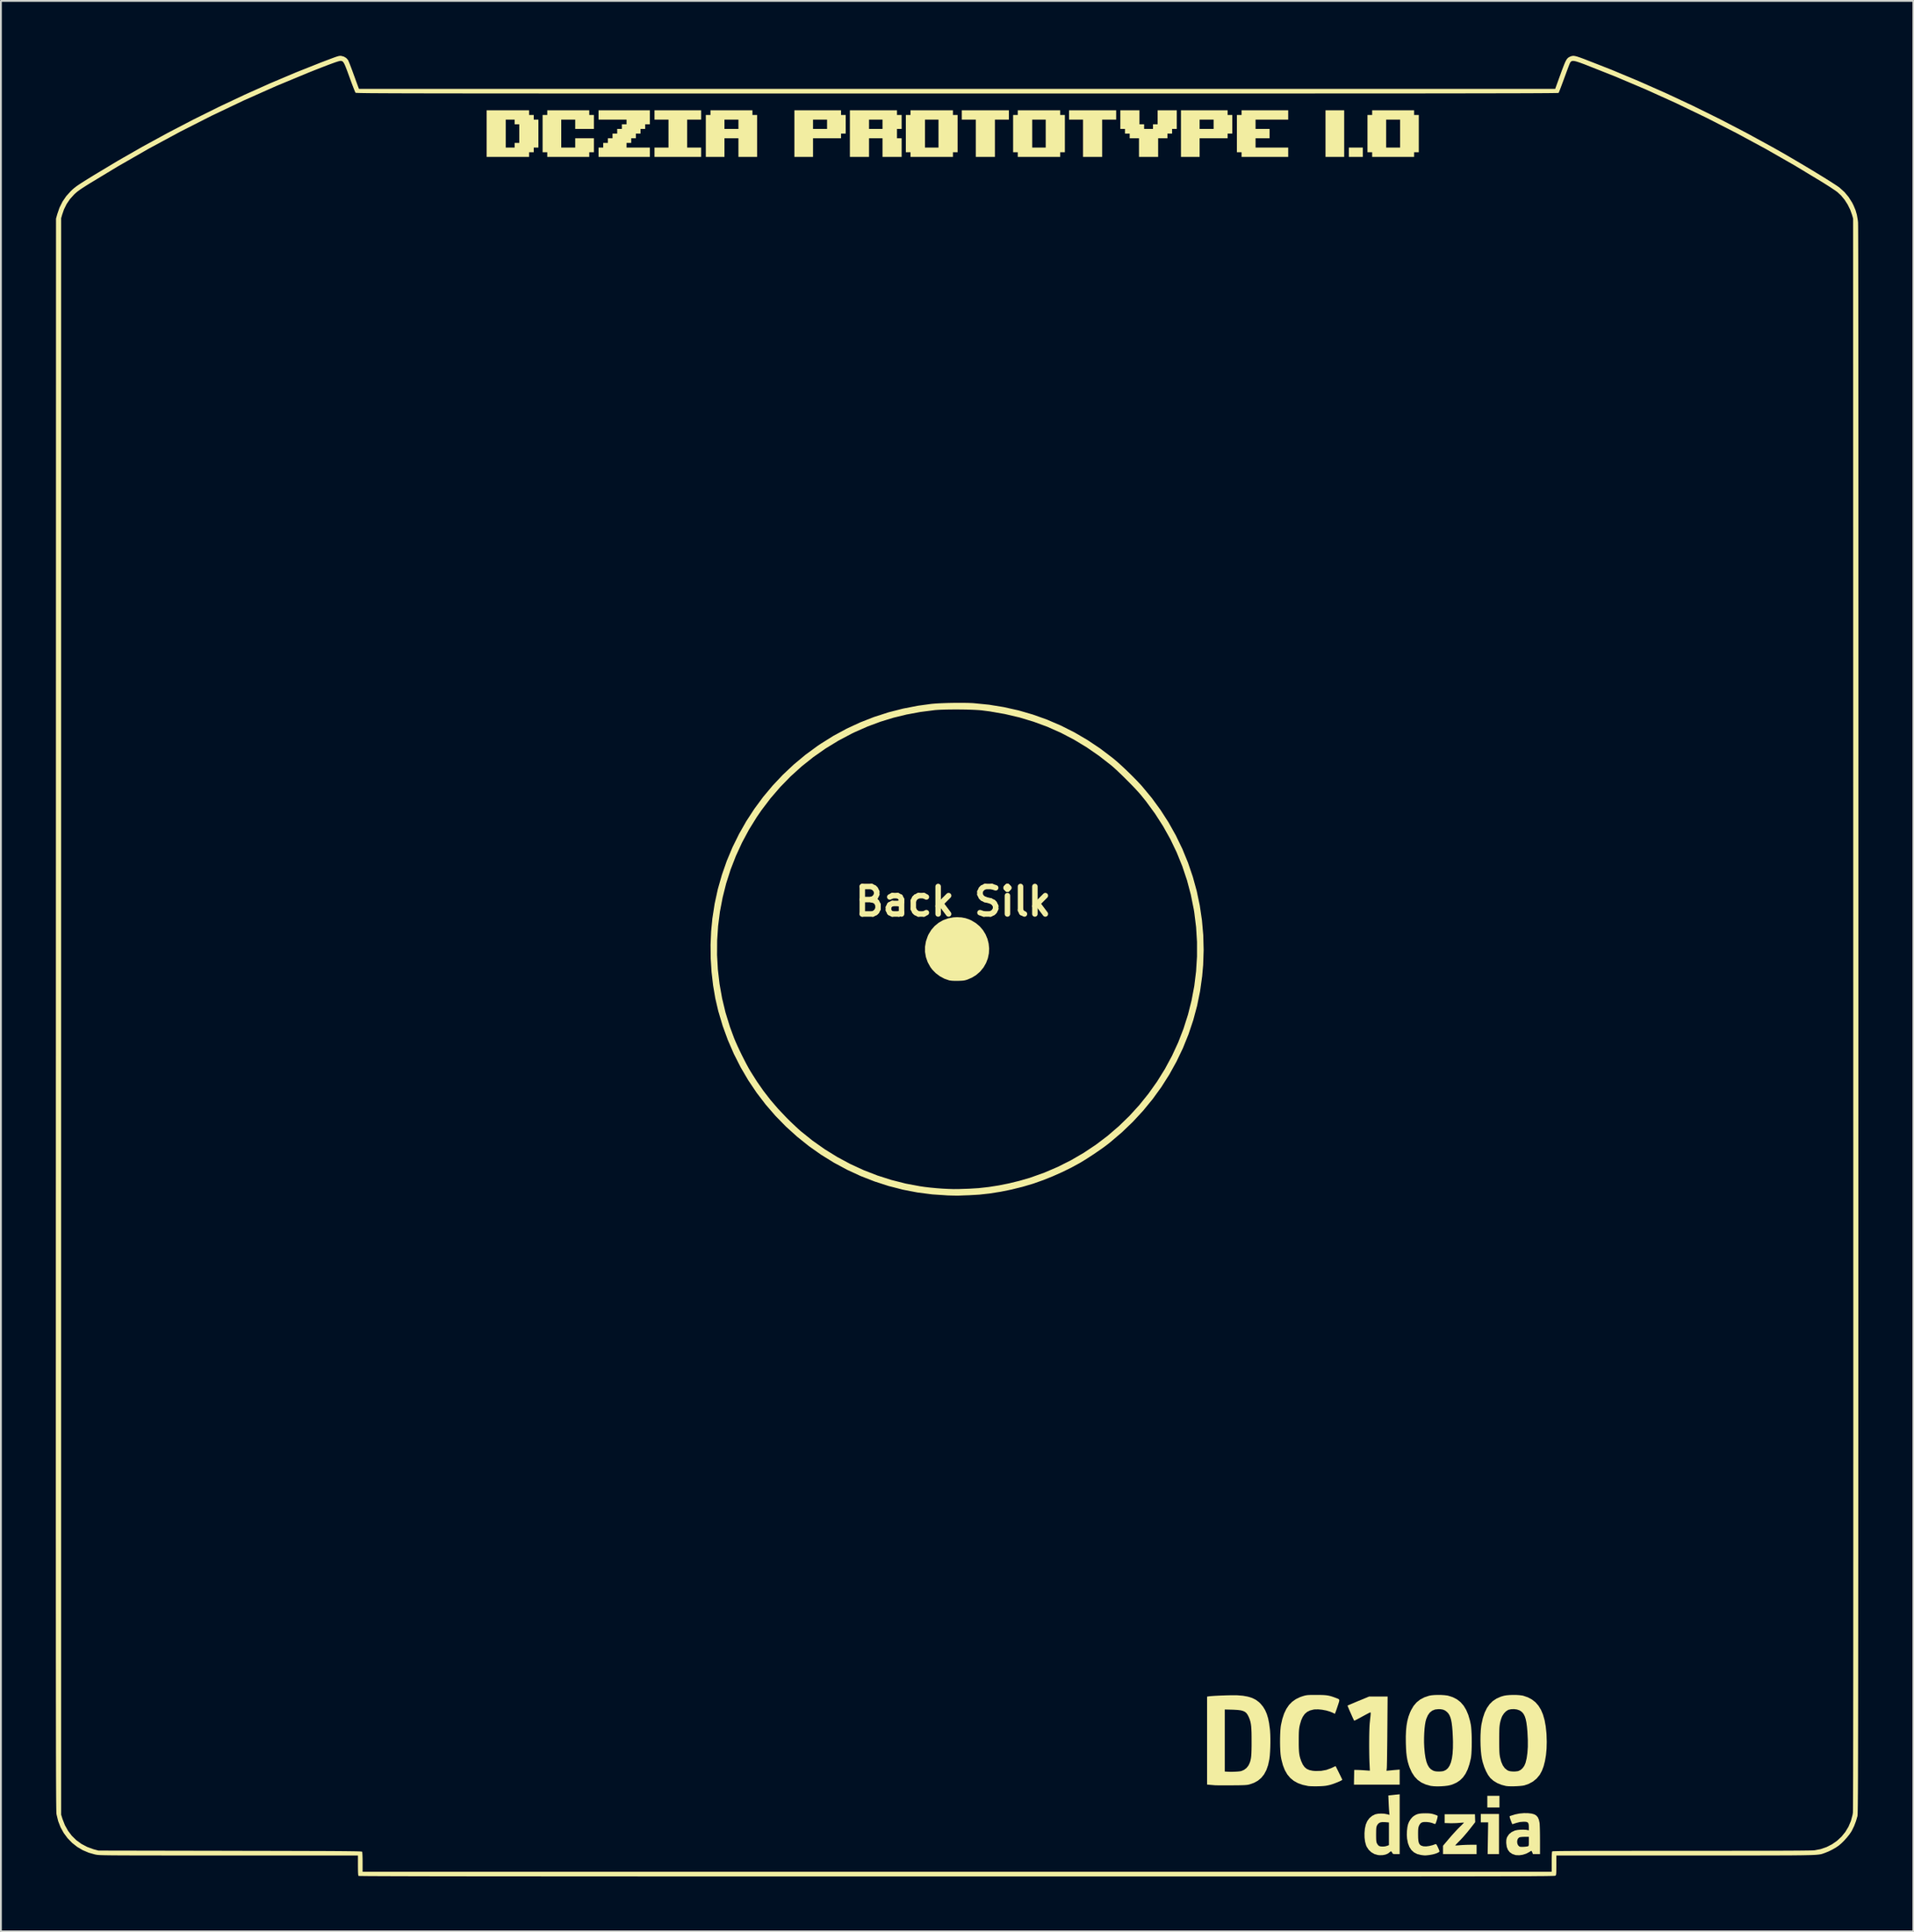
<source format=kicad_pcb>
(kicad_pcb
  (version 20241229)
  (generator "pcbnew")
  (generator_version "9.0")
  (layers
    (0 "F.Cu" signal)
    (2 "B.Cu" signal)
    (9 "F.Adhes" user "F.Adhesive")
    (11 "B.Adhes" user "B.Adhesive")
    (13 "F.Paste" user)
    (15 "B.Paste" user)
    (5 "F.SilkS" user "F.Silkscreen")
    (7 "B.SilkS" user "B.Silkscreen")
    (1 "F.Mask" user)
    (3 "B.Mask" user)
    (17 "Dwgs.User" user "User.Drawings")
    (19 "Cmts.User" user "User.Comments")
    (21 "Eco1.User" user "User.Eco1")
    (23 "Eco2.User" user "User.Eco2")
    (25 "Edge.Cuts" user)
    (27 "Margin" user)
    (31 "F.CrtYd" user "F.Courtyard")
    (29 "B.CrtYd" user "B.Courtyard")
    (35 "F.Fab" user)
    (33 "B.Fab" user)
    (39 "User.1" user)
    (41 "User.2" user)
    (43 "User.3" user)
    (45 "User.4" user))
  (footprint "Back Silk"
    (layer "F.Cu")
    (at 49.027 46.175)
    (property "Reference" "Back Silk" (at 0 0 0) (layer "F.SilkS") (effects (font (size 1.5 1.5) (thickness 0.3))))
    (attr board_only exclude_from_pos_files exclude_from_bom)
    (fp_poly (pts (xy 21.362 -41.93) (xy 21.362 -40.658) (xy 20.852 -40.658) (xy 20.343 -40.658) (xy 20.343 -41.93) (xy 20.343 -43.203) (xy 20.852 -43.203) (xy 21.362 -43.203)) (stroke (width 0) (type solid)) (fill yes) (layer "F.SilkS"))
    (fp_poly (pts (xy 22.381 -40.912) (xy 22.381 -40.658) (xy 21.999 -40.658) (xy 21.617 -40.658) (xy 21.617 -40.912) (xy 21.617 -41.167) (xy 21.999 -41.167) (xy 22.381 -41.167)) (stroke (width 0) (type solid)) (fill yes) (layer "F.SilkS"))
    (fp_poly (pts (xy 29.846 49.146) (xy 29.846 49.464) (xy 29.514 49.464) (xy 29.183 49.464) (xy 29.183 49.146) (xy 29.183 48.828) (xy 29.514 48.828) (xy 29.846 48.828)) (stroke (width 0) (type solid)) (fill yes) (layer "F.SilkS"))
    (fp_poly (pts (xy 29.82 50.915) (xy 29.82 52.009) (xy 29.511 52.009) (xy 29.201 52.009) (xy 29.215 51.144) (xy 29.229 50.278) (xy 29.028 50.278) (xy 28.827 50.278) (xy 28.827 50.049) (xy 28.827 49.82) (xy 29.323 49.82) (xy 29.82 49.82)) (stroke (width 0) (type solid)) (fill yes) (layer "F.SilkS"))
    (fp_poly (pts (xy 3.044 -42.948) (xy 3.044 -42.694) (xy 2.662 -42.694) (xy 2.28 -42.694) (xy 2.28 -41.676) (xy 2.28 -40.658) (xy 1.758 -40.658) (xy 1.236 -40.658) (xy 1.236 -41.676) (xy 1.236 -42.694) (xy 0.853 -42.694) (xy 0.471 -42.694) (xy 0.471 -42.948) (xy 0.471 -43.203) (xy 1.758 -43.203) (xy 3.044 -43.203)) (stroke (width 0) (type solid)) (fill yes) (layer "F.SilkS"))
    (fp_poly (pts (xy 8.904 -42.948) (xy 8.904 -42.694) (xy 8.522 -42.694) (xy 8.14 -42.694) (xy 8.14 -41.676) (xy 8.14 -40.658) (xy 7.617 -40.658) (xy 7.095 -40.658) (xy 7.095 -41.676) (xy 7.095 -42.694) (xy 6.713 -42.694) (xy 6.331 -42.694) (xy 6.331 -42.948) (xy 6.331 -43.203) (xy 7.617 -43.203) (xy 8.904 -43.203)) (stroke (width 0) (type solid)) (fill yes) (layer "F.SilkS"))
    (fp_poly (pts (xy -13.77 -42.948) (xy -13.77 -42.694) (xy -14.152 -42.694) (xy -14.534 -42.694) (xy -14.534 -41.93) (xy -14.534 -41.167) (xy -14.152 -41.167) (xy -13.77 -41.167) (xy -13.77 -40.912) (xy -13.77 -40.658) (xy -15.044 -40.658) (xy -16.318 -40.658) (xy -16.318 -40.912) (xy -16.318 -41.167) (xy -15.936 -41.167) (xy -15.553 -41.167) (xy -15.553 -41.93) (xy -15.553 -42.694) (xy -15.936 -42.694) (xy -16.318 -42.694) (xy -16.318 -42.948) (xy -16.318 -43.203) (xy -15.044 -43.203) (xy -13.77 -43.203)) (stroke (width 0) (type solid)) (fill yes) (layer "F.SilkS"))
    (fp_poly (pts (xy -6.127 -43.076) (xy -6.127 -42.948) (xy -6 -42.948) (xy -5.872 -42.948) (xy -5.872 -42.439) (xy -5.872 -41.93) (xy -6 -41.93) (xy -6.127 -41.93) (xy -6.127 -41.803) (xy -6.127 -41.676) (xy -6.891 -41.676) (xy -7.656 -41.676) (xy -7.656 -41.167) (xy -7.656 -40.658) (xy -8.165 -40.658) (xy -8.675 -40.658) (xy -8.675 -41.93) (xy -8.675 -42.439) (xy -7.656 -42.439) (xy -7.656 -42.185) (xy -7.274 -42.185) (xy -6.891 -42.185) (xy -6.891 -42.439) (xy -6.891 -42.694) (xy -7.274 -42.694) (xy -7.656 -42.694) (xy -7.656 -42.439) (xy -8.675 -42.439) (xy -8.675 -43.203) (xy -7.401 -43.203) (xy -6.127 -43.203)) (stroke (width 0) (type solid)) (fill yes) (layer "F.SilkS"))
    (fp_poly (pts (xy 14.993 -43.076) (xy 14.993 -42.948) (xy 15.12 -42.948) (xy 15.248 -42.948) (xy 15.248 -42.439) (xy 15.248 -41.93) (xy 15.12 -41.93) (xy 14.993 -41.93) (xy 14.993 -41.803) (xy 14.993 -41.676) (xy 14.229 -41.676) (xy 13.464 -41.676) (xy 13.464 -41.167) (xy 13.464 -40.658) (xy 12.955 -40.658) (xy 12.445 -40.658) (xy 12.445 -41.93) (xy 12.445 -42.439) (xy 13.464 -42.439) (xy 13.464 -42.185) (xy 13.846 -42.185) (xy 14.229 -42.185) (xy 14.229 -42.439) (xy 14.229 -42.694) (xy 13.846 -42.694) (xy 13.464 -42.694) (xy 13.464 -42.439) (xy 12.445 -42.439) (xy 12.445 -43.203) (xy 13.719 -43.203) (xy 14.993 -43.203)) (stroke (width 0) (type solid)) (fill yes) (layer "F.SilkS"))
    (fp_poly (pts (xy 18.305 -42.948) (xy 18.305 -42.694) (xy 17.413 -42.694) (xy 16.521 -42.694) (xy 16.521 -42.439) (xy 16.521 -42.185) (xy 16.904 -42.185) (xy 17.286 -42.185) (xy 17.286 -41.93) (xy 17.286 -41.676) (xy 16.904 -41.676) (xy 16.521 -41.676) (xy 16.521 -41.421) (xy 16.521 -41.167) (xy 17.413 -41.167) (xy 18.305 -41.167) (xy 18.305 -40.912) (xy 18.305 -40.658) (xy 17.031 -40.658) (xy 15.757 -40.658) (xy 15.757 -40.785) (xy 15.757 -40.912) (xy 15.63 -40.912) (xy 15.502 -40.912) (xy 15.502 -41.93) (xy 15.502 -42.948) (xy 15.63 -42.948) (xy 15.757 -42.948) (xy 15.757 -43.076) (xy 15.757 -43.203) (xy 17.031 -43.203) (xy 18.305 -43.203)) (stroke (width 0) (type solid)) (fill yes) (layer "F.SilkS"))
    (fp_poly (pts (xy -0.013 -43.076) (xy -0.013 -42.948) (xy 0.115 -42.948) (xy 0.242 -42.948) (xy 0.242 -41.93) (xy 0.242 -40.912) (xy 0.115 -40.912) (xy -0.013 -40.912) (xy -0.013 -40.785) (xy -0.013 -40.658) (xy -1.172 -40.658) (xy -2.331 -40.658) (xy -2.331 -40.785) (xy -2.331 -40.912) (xy -2.458 -40.912) (xy -2.586 -40.912) (xy -2.586 -41.93) (xy -1.541 -41.93) (xy -1.541 -41.167) (xy -1.172 -41.167) (xy -0.803 -41.167) (xy -0.803 -41.93) (xy -0.803 -42.694) (xy -1.172 -42.694) (xy -1.541 -42.694) (xy -1.541 -41.93) (xy -2.586 -41.93) (xy -2.586 -42.948) (xy -2.458 -42.948) (xy -2.331 -42.948) (xy -2.331 -43.076) (xy -2.331 -43.203) (xy -1.172 -43.203) (xy -0.013 -43.203)) (stroke (width 0) (type solid)) (fill yes) (layer "F.SilkS"))
    (fp_poly (pts (xy 5.847 -43.076) (xy 5.847 -42.948) (xy 5.974 -42.948) (xy 6.102 -42.948) (xy 6.102 -41.93) (xy 6.102 -40.912) (xy 5.974 -40.912) (xy 5.847 -40.912) (xy 5.847 -40.785) (xy 5.847 -40.658) (xy 4.688 -40.658) (xy 3.528 -40.658) (xy 3.528 -40.785) (xy 3.528 -40.912) (xy 3.401 -40.912) (xy 3.274 -40.912) (xy 3.274 -41.93) (xy 4.318 -41.93) (xy 4.318 -41.167) (xy 4.688 -41.167) (xy 5.057 -41.167) (xy 5.057 -41.93) (xy 5.057 -42.694) (xy 4.688 -42.694) (xy 4.318 -42.694) (xy 4.318 -41.93) (xy 3.274 -41.93) (xy 3.274 -42.948) (xy 3.401 -42.948) (xy 3.528 -42.948) (xy 3.528 -43.076) (xy 3.528 -43.203) (xy 4.688 -43.203) (xy 5.847 -43.203)) (stroke (width 0) (type solid)) (fill yes) (layer "F.SilkS"))
    (fp_poly (pts (xy 25.183 -43.076) (xy 25.183 -42.948) (xy 25.311 -42.948) (xy 25.438 -42.948) (xy 25.438 -41.93) (xy 25.438 -40.912) (xy 25.311 -40.912) (xy 25.183 -40.912) (xy 25.183 -40.785) (xy 25.183 -40.658) (xy 24.037 -40.658) (xy 22.891 -40.658) (xy 22.891 -40.785) (xy 22.891 -40.912) (xy 22.763 -40.912) (xy 22.636 -40.912) (xy 22.636 -41.93) (xy 23.655 -41.93) (xy 23.655 -41.167) (xy 24.037 -41.167) (xy 24.419 -41.167) (xy 24.419 -41.93) (xy 24.419 -42.694) (xy 24.037 -42.694) (xy 23.655 -42.694) (xy 23.655 -41.93) (xy 22.636 -41.93) (xy 22.636 -42.948) (xy 22.763 -42.948) (xy 22.891 -42.948) (xy 22.891 -43.076) (xy 22.891 -43.203) (xy 24.037 -43.203) (xy 25.183 -43.203)) (stroke (width 0) (type solid)) (fill yes) (layer "F.SilkS"))
    (fp_poly (pts (xy -10.968 -43.076) (xy -10.968 -42.948) (xy -10.84 -42.948) (xy -10.713 -42.948) (xy -10.713 -41.803) (xy -10.713 -40.658) (xy -11.222 -40.658) (xy -11.732 -40.658) (xy -11.732 -41.167) (xy -11.732 -41.676) (xy -12.114 -41.676) (xy -12.496 -41.676) (xy -12.496 -41.167) (xy -12.496 -40.658) (xy -13.006 -40.658) (xy -13.515 -40.658) (xy -13.515 -41.803) (xy -13.515 -42.439) (xy -12.496 -42.439) (xy -12.496 -42.185) (xy -12.114 -42.185) (xy -11.732 -42.185) (xy -11.732 -42.439) (xy -11.732 -42.694) (xy -12.114 -42.694) (xy -12.496 -42.694) (xy -12.496 -42.439) (xy -13.515 -42.439) (xy -13.515 -42.948) (xy -13.388 -42.948) (xy -13.26 -42.948) (xy -13.26 -43.076) (xy -13.26 -43.203) (xy -12.114 -43.203) (xy -10.968 -43.203)) (stroke (width 0) (type solid)) (fill yes) (layer "F.SilkS"))
    (fp_poly (pts (xy -3.07 -43.076) (xy -3.07 -42.948) (xy -2.943 -42.948) (xy -2.815 -42.948) (xy -2.815 -42.567) (xy -2.815 -42.185) (xy -2.943 -42.185) (xy -3.07 -42.185) (xy -3.07 -41.93) (xy -3.07 -41.676) (xy -2.943 -41.676) (xy -2.815 -41.676) (xy -2.815 -41.167) (xy -2.815 -40.658) (xy -3.337 -40.658) (xy -3.86 -40.658) (xy -3.86 -41.167) (xy -3.86 -41.676) (xy -4.229 -41.676) (xy -4.598 -41.676) (xy -4.598 -41.167) (xy -4.598 -40.658) (xy -5.121 -40.658) (xy -5.643 -40.658) (xy -5.643 -41.93) (xy -5.643 -42.439) (xy -4.598 -42.439) (xy -4.598 -42.185) (xy -4.229 -42.185) (xy -3.86 -42.185) (xy -3.86 -42.439) (xy -3.86 -42.694) (xy -4.229 -42.694) (xy -4.598 -42.694) (xy -4.598 -42.439) (xy -5.643 -42.439) (xy -5.643 -43.203) (xy -4.356 -43.203) (xy -3.07 -43.203)) (stroke (width 0) (type solid)) (fill yes) (layer "F.SilkS"))
    (fp_poly (pts (xy -19.884 -43.076) (xy -19.884 -42.948) (xy -19.757 -42.948) (xy -19.63 -42.948) (xy -19.63 -42.567) (xy -19.63 -42.185) (xy -20.139 -42.185) (xy -20.649 -42.185) (xy -20.649 -42.439) (xy -20.649 -42.694) (xy -21.031 -42.694) (xy -21.413 -42.694) (xy -21.413 -41.93) (xy -21.413 -41.167) (xy -21.031 -41.167) (xy -20.649 -41.167) (xy -20.649 -41.421) (xy -20.649 -41.676) (xy -20.139 -41.676) (xy -19.63 -41.676) (xy -19.63 -41.294) (xy -19.63 -40.912) (xy -19.757 -40.912) (xy -19.884 -40.912) (xy -19.884 -40.785) (xy -19.884 -40.658) (xy -21.031 -40.658) (xy -22.177 -40.658) (xy -22.177 -40.785) (xy -22.177 -40.912) (xy -22.305 -40.912) (xy -22.432 -40.912) (xy -22.432 -41.93) (xy -22.432 -42.948) (xy -22.305 -42.948) (xy -22.177 -42.948) (xy -22.177 -43.076) (xy -22.177 -43.203) (xy -21.031 -43.203) (xy -19.884 -43.203)) (stroke (width 0) (type solid)) (fill yes) (layer "F.SilkS"))
    (fp_poly (pts (xy -23.171 -43.076) (xy -23.171 -42.948) (xy -23.043 -42.948) (xy -22.916 -42.948) (xy -22.916 -42.821) (xy -22.916 -42.694) (xy -22.789 -42.694) (xy -22.661 -42.694) (xy -22.661 -41.93) (xy -22.661 -41.167) (xy -22.789 -41.167) (xy -22.916 -41.167) (xy -22.916 -41.04) (xy -22.916 -40.912) (xy -23.043 -40.912) (xy -23.171 -40.912) (xy -23.171 -40.785) (xy -23.171 -40.658) (xy -24.33 -40.658) (xy -25.489 -40.658) (xy -25.489 -41.93) (xy -24.445 -41.93) (xy -24.445 -41.167) (xy -24.203 -41.167) (xy -23.961 -41.167) (xy -23.961 -41.294) (xy -23.961 -41.421) (xy -23.833 -41.421) (xy -23.706 -41.421) (xy -23.706 -41.93) (xy -23.706 -42.439) (xy -23.833 -42.439) (xy -23.961 -42.439) (xy -23.961 -42.567) (xy -23.961 -42.694) (xy -24.203 -42.694) (xy -24.445 -42.694) (xy -24.445 -41.93) (xy -25.489 -41.93) (xy -25.489 -43.203) (xy -24.33 -43.203) (xy -23.171 -43.203)) (stroke (width 0) (type solid)) (fill yes) (layer "F.SilkS"))
    (fp_poly (pts (xy 10.178 -42.821) (xy 10.178 -42.439) (xy 10.305 -42.439) (xy 10.433 -42.439) (xy 10.433 -42.312) (xy 10.433 -42.185) (xy 10.675 -42.185) (xy 10.917 -42.185) (xy 10.917 -42.312) (xy 10.917 -42.439) (xy 11.044 -42.439) (xy 11.171 -42.439) (xy 11.171 -42.821) (xy 11.171 -43.203) (xy 11.694 -43.203) (xy 12.216 -43.203) (xy 12.216 -42.694) (xy 12.216 -42.185) (xy 12.089 -42.185) (xy 11.961 -42.185) (xy 11.961 -42.058) (xy 11.961 -41.93) (xy 11.834 -41.93) (xy 11.706 -41.93) (xy 11.706 -41.803) (xy 11.706 -41.676) (xy 11.452 -41.676) (xy 11.197 -41.676) (xy 11.197 -41.167) (xy 11.197 -40.658) (xy 10.675 -40.658) (xy 10.152 -40.658) (xy 10.152 -41.167) (xy 10.152 -41.676) (xy 9.898 -41.676) (xy 9.643 -41.676) (xy 9.643 -41.803) (xy 9.643 -41.93) (xy 9.515 -41.93) (xy 9.388 -41.93) (xy 9.388 -42.058) (xy 9.388 -42.185) (xy 9.261 -42.185) (xy 9.133 -42.185) (xy 9.133 -42.694) (xy 9.133 -43.203) (xy 9.656 -43.203) (xy 10.178 -43.203)) (stroke (width 0) (type solid)) (fill yes) (layer "F.SilkS"))
    (fp_poly (pts (xy 0.458 0.866) (xy 0.677 0.908) (xy 0.891 0.983) (xy 0.994 1.03) (xy 1.241 1.178) (xy 1.454 1.357) (xy 1.631 1.565) (xy 1.771 1.795) (xy 1.874 2.041) (xy 1.939 2.301) (xy 1.965 2.567) (xy 1.95 2.834) (xy 1.895 3.099) (xy 1.798 3.354) (xy 1.659 3.597) (xy 1.476 3.82) (xy 1.453 3.843) (xy 1.251 4.016) (xy 1.021 4.156) (xy 0.798 4.253) (xy 0.713 4.282) (xy 0.635 4.302) (xy 0.55 4.316) (xy 0.445 4.324) (xy 0.306 4.329) (xy 0.268 4.33) (xy 0.079 4.331) (xy -0.069 4.324) (xy -0.185 4.309) (xy -0.229 4.3) (xy -0.481 4.213) (xy -0.723 4.082) (xy -0.946 3.916) (xy -1.138 3.722) (xy -1.244 3.581) (xy -1.391 3.314) (xy -1.489 3.036) (xy -1.538 2.75) (xy -1.537 2.46) (xy -1.487 2.169) (xy -1.387 1.881) (xy -1.347 1.795) (xy -1.198 1.55) (xy -1.012 1.336) (xy -0.795 1.158) (xy -0.549 1.018) (xy -0.281 0.92) (xy 0.006 0.864) (xy 0.214 0.853)) (stroke (width 0) (type solid)) (fill yes) (layer "F.SilkS"))
    (fp_poly (pts (xy 28.515 50.049) (xy 28.522 50.266) (xy 28.224 50.647) (xy 28.108 50.791) (xy 27.98 50.942) (xy 27.853 51.088) (xy 27.736 51.214) (xy 27.673 51.279) (xy 27.583 51.369) (xy 27.508 51.447) (xy 27.455 51.504) (xy 27.43 51.535) (xy 27.429 51.538) (xy 27.457 51.54) (xy 27.524 51.537) (xy 27.62 51.531) (xy 27.693 51.524) (xy 27.826 51.515) (xy 27.988 51.507) (xy 28.154 51.502) (xy 28.272 51.501) (xy 28.597 51.5) (xy 28.597 51.754) (xy 28.597 52.009) (xy 27.68 52.009) (xy 26.763 52.009) (xy 26.763 51.781) (xy 26.763 51.554) (xy 27.103 51.151) (xy 27.224 51.01) (xy 27.354 50.866) (xy 27.481 50.728) (xy 27.595 50.609) (xy 27.679 50.525) (xy 27.767 50.44) (xy 27.838 50.369) (xy 27.887 50.317) (xy 27.906 50.293) (xy 27.906 50.292) (xy 27.878 50.291) (xy 27.812 50.294) (xy 27.718 50.301) (xy 27.66 50.307) (xy 27.528 50.317) (xy 27.371 50.323) (xy 27.212 50.325) (xy 27.138 50.324) (xy 26.852 50.316) (xy 26.852 50.075) (xy 26.852 49.833) (xy 27.68 49.833) (xy 28.508 49.833)) (stroke (width 0) (type solid)) (fill yes) (layer "F.SilkS"))
    (fp_poly (pts (xy -16.572 -42.821) (xy -16.572 -42.439) (xy -16.7 -42.439) (xy -16.827 -42.439) (xy -16.827 -42.312) (xy -16.827 -42.185) (xy -16.955 -42.185) (xy -17.082 -42.185) (xy -17.082 -42.058) (xy -17.082 -41.93) (xy -17.209 -41.93) (xy -17.337 -41.93) (xy -17.337 -41.803) (xy -17.337 -41.676) (xy -17.464 -41.676) (xy -17.591 -41.676) (xy -17.591 -41.549) (xy -17.591 -41.421) (xy -17.719 -41.421) (xy -17.846 -41.421) (xy -17.846 -41.294) (xy -17.846 -41.167) (xy -17.209 -41.167) (xy -16.572 -41.167) (xy -16.572 -40.912) (xy -16.572 -40.658) (xy -17.974 -40.658) (xy -19.375 -40.658) (xy -19.375 -40.912) (xy -19.375 -41.167) (xy -19.247 -41.167) (xy -19.12 -41.167) (xy -19.12 -41.294) (xy -19.12 -41.421) (xy -18.993 -41.421) (xy -18.865 -41.421) (xy -18.865 -41.549) (xy -18.865 -41.676) (xy -18.738 -41.676) (xy -18.611 -41.676) (xy -18.611 -41.803) (xy -18.611 -41.93) (xy -18.483 -41.93) (xy -18.356 -41.93) (xy -18.356 -42.058) (xy -18.356 -42.185) (xy -18.228 -42.185) (xy -18.101 -42.185) (xy -18.101 -42.312) (xy -18.101 -42.439) (xy -17.974 -42.439) (xy -17.846 -42.439) (xy -17.846 -42.567) (xy -17.846 -42.694) (xy -18.611 -42.694) (xy -19.375 -42.694) (xy -19.375 -42.948) (xy -19.375 -43.203) (xy -17.974 -43.203) (xy -16.572 -43.203)) (stroke (width 0) (type solid)) (fill yes) (layer "F.SilkS"))
    (fp_poly (pts (xy 23.721 45.284) (xy 23.719 45.592) (xy 23.716 45.889) (xy 23.713 46.17) (xy 23.709 46.43) (xy 23.706 46.666) (xy 23.703 46.871) (xy 23.699 47.044) (xy 23.696 47.177) (xy 23.693 47.269) (xy 23.691 47.311) (xy 23.675 47.461) (xy 23.837 47.445) (xy 23.948 47.435) (xy 24.081 47.422) (xy 24.196 47.412) (xy 24.394 47.395) (xy 24.394 47.806) (xy 24.394 48.217) (xy 23.145 48.217) (xy 21.896 48.217) (xy 21.903 47.816) (xy 21.91 47.415) (xy 22.05 47.415) (xy 22.135 47.417) (xy 22.253 47.422) (xy 22.386 47.43) (xy 22.478 47.436) (xy 22.766 47.456) (xy 22.745 47.003) (xy 22.738 46.803) (xy 22.733 46.578) (xy 22.73 46.336) (xy 22.728 46.086) (xy 22.729 45.836) (xy 22.731 45.594) (xy 22.735 45.368) (xy 22.741 45.167) (xy 22.748 44.999) (xy 22.757 44.873) (xy 22.759 44.857) (xy 22.773 44.724) (xy 22.787 44.59) (xy 22.8 44.476) (xy 22.804 44.431) (xy 22.811 44.337) (xy 22.807 44.286) (xy 22.791 44.272) (xy 22.76 44.284) (xy 22.692 44.317) (xy 22.595 44.367) (xy 22.476 44.43) (xy 22.343 44.503) (xy 22.341 44.504) (xy 22.209 44.577) (xy 22.093 44.639) (xy 22 44.687) (xy 21.937 44.717) (xy 21.911 44.727) (xy 21.911 44.727) (xy 21.895 44.698) (xy 21.863 44.634) (xy 21.82 44.542) (xy 21.771 44.432) (xy 21.718 44.312) (xy 21.665 44.194) (xy 21.618 44.084) (xy 21.58 43.993) (xy 21.555 43.929) (xy 21.546 43.901) (xy 21.546 43.901) (xy 21.572 43.889) (xy 21.638 43.86) (xy 21.738 43.817) (xy 21.866 43.763) (xy 22.015 43.7) (xy 22.14 43.648) (xy 22.722 43.407) (xy 23.229 43.407) (xy 23.736 43.407)) (stroke (width 0) (type solid)) (fill yes) (layer "F.SilkS"))
    (fp_poly (pts (xy 24.394 50.377) (xy 24.394 52.009) (xy 24.206 52.009) (xy 24.109 52.008) (xy 24.051 52.002) (xy 24.018 51.987) (xy 23.998 51.959) (xy 23.986 51.933) (xy 23.949 51.872) (xy 23.907 51.861) (xy 23.854 51.9) (xy 23.844 51.911) (xy 23.749 51.983) (xy 23.619 52.036) (xy 23.464 52.066) (xy 23.297 52.07) (xy 23.204 52.06) (xy 23.016 52.007) (xy 22.846 51.91) (xy 22.703 51.776) (xy 22.594 51.611) (xy 22.559 51.532) (xy 22.505 51.333) (xy 22.475 51.105) (xy 22.473 50.94) (xy 23.107 50.94) (xy 23.108 51.096) (xy 23.111 51.21) (xy 23.117 51.293) (xy 23.127 51.354) (xy 23.143 51.402) (xy 23.158 51.436) (xy 23.204 51.507) (xy 23.257 51.56) (xy 23.273 51.569) (xy 23.359 51.593) (xy 23.472 51.6) (xy 23.592 51.59) (xy 23.698 51.563) (xy 23.705 51.561) (xy 23.808 51.52) (xy 23.808 50.902) (xy 23.808 50.284) (xy 23.605 50.266) (xy 23.448 50.262) (xy 23.329 50.283) (xy 23.241 50.333) (xy 23.174 50.414) (xy 23.158 50.444) (xy 23.138 50.489) (xy 23.124 50.54) (xy 23.115 50.606) (xy 23.11 50.696) (xy 23.108 50.82) (xy 23.107 50.94) (xy 22.473 50.94) (xy 22.472 50.864) (xy 22.493 50.625) (xy 22.541 50.403) (xy 22.545 50.392) (xy 22.624 50.207) (xy 22.74 50.049) (xy 22.884 49.925) (xy 23.051 49.841) (xy 23.08 49.832) (xy 23.22 49.805) (xy 23.385 49.796) (xy 23.554 49.805) (xy 23.702 49.832) (xy 23.839 49.868) (xy 23.824 49.723) (xy 23.817 49.645) (xy 23.809 49.529) (xy 23.801 49.39) (xy 23.794 49.242) (xy 23.792 49.194) (xy 23.775 48.809) (xy 23.932 48.793) (xy 24.051 48.781) (xy 24.179 48.767) (xy 24.241 48.761) (xy 24.394 48.745)) (stroke (width 0) (type solid)) (fill yes) (layer "F.SilkS"))
    (fp_poly (pts (xy 25.947 49.784) (xy 26.065 49.793) (xy 26.167 49.811) (xy 26.27 49.839) (xy 26.271 49.84) (xy 26.362 49.87) (xy 26.432 49.899) (xy 26.468 49.92) (xy 26.47 49.922) (xy 26.47 49.956) (xy 26.457 50.026) (xy 26.433 50.12) (xy 26.419 50.166) (xy 26.385 50.271) (xy 26.36 50.334) (xy 26.338 50.364) (xy 26.316 50.368) (xy 26.309 50.366) (xy 26.159 50.309) (xy 26.022 50.276) (xy 25.871 50.259) (xy 25.869 50.259) (xy 25.725 50.258) (xy 25.619 50.278) (xy 25.54 50.325) (xy 25.48 50.404) (xy 25.455 50.452) (xy 25.433 50.505) (xy 25.418 50.561) (xy 25.408 50.629) (xy 25.402 50.72) (xy 25.4 50.845) (xy 25.4 50.94) (xy 25.403 51.127) (xy 25.415 51.271) (xy 25.437 51.379) (xy 25.471 51.457) (xy 25.519 51.513) (xy 25.578 51.551) (xy 25.693 51.584) (xy 25.841 51.59) (xy 26.013 51.568) (xy 26.199 51.521) (xy 26.357 51.464) (xy 26.382 51.466) (xy 26.411 51.498) (xy 26.449 51.566) (xy 26.492 51.658) (xy 26.536 51.758) (xy 26.56 51.823) (xy 26.568 51.862) (xy 26.559 51.885) (xy 26.542 51.9) (xy 26.456 51.947) (xy 26.333 51.992) (xy 26.187 52.03) (xy 26.033 52.057) (xy 26.02 52.059) (xy 25.904 52.073) (xy 25.819 52.08) (xy 25.747 52.08) (xy 25.67 52.073) (xy 25.568 52.059) (xy 25.558 52.058) (xy 25.351 52.006) (xy 25.177 51.917) (xy 25.036 51.789) (xy 24.926 51.621) (xy 24.847 51.414) (xy 24.799 51.168) (xy 24.785 50.964) (xy 24.792 50.747) (xy 24.816 50.539) (xy 24.851 50.38) (xy 24.909 50.239) (xy 24.995 50.101) (xy 25.097 49.985) (xy 25.167 49.929) (xy 25.268 49.868) (xy 25.369 49.826) (xy 25.481 49.8) (xy 25.618 49.786) (xy 25.793 49.782) (xy 25.795 49.782)) (stroke (width 0) (type solid)) (fill yes) (layer "F.SilkS"))
    (fp_poly (pts (xy 31.406 49.776) (xy 31.6 49.797) (xy 31.751 49.84) (xy 31.865 49.91) (xy 31.948 50.01) (xy 32.004 50.145) (xy 32.037 50.306) (xy 32.044 50.373) (xy 32.049 50.483) (xy 32.054 50.628) (xy 32.058 50.8) (xy 32.06 50.99) (xy 32.061 51.191) (xy 32.062 51.239) (xy 32.062 52.009) (xy 31.87 52.009) (xy 31.677 52.009) (xy 31.64 51.92) (xy 31.613 51.863) (xy 31.593 51.832) (xy 31.59 51.831) (xy 31.563 51.844) (xy 31.509 51.876) (xy 31.479 51.896) (xy 31.309 51.985) (xy 31.119 52.045) (xy 30.927 52.073) (xy 30.748 52.065) (xy 30.72 52.06) (xy 30.547 52.002) (xy 30.409 51.908) (xy 30.308 51.778) (xy 30.244 51.615) (xy 30.218 51.417) (xy 30.217 51.385) (xy 30.218 51.337) (xy 30.811 51.337) (xy 30.825 51.439) (xy 30.864 51.529) (xy 30.93 51.593) (xy 30.95 51.604) (xy 31.004 51.613) (xy 31.091 51.616) (xy 31.194 51.612) (xy 31.297 51.603) (xy 31.382 51.589) (xy 31.393 51.586) (xy 31.42 51.576) (xy 31.436 51.556) (xy 31.446 51.517) (xy 31.45 51.449) (xy 31.451 51.341) (xy 31.451 51.319) (xy 31.451 51.067) (xy 31.223 51.067) (xy 31.112 51.07) (xy 31.015 51.079) (xy 30.947 51.09) (xy 30.932 51.095) (xy 30.865 51.152) (xy 30.825 51.237) (xy 30.811 51.337) (xy 30.218 51.337) (xy 30.219 51.268) (xy 30.231 51.181) (xy 30.255 51.106) (xy 30.279 51.055) (xy 30.375 50.918) (xy 30.511 50.807) (xy 30.678 50.729) (xy 30.707 50.72) (xy 30.827 50.695) (xy 30.976 50.68) (xy 31.134 50.676) (xy 31.278 50.683) (xy 31.355 50.694) (xy 31.451 50.713) (xy 31.451 50.537) (xy 31.445 50.409) (xy 31.423 50.324) (xy 31.377 50.273) (xy 31.298 50.249) (xy 31.179 50.243) (xy 31.153 50.244) (xy 30.959 50.261) (xy 30.766 50.31) (xy 30.753 50.315) (xy 30.66 50.344) (xy 30.588 50.366) (xy 30.548 50.374) (xy 30.544 50.374) (xy 30.533 50.348) (xy 30.508 50.286) (xy 30.475 50.198) (xy 30.459 50.156) (xy 30.421 50.046) (xy 30.403 49.976) (xy 30.405 49.941) (xy 30.413 49.934) (xy 30.683 49.847) (xy 30.936 49.795) (xy 31.187 49.773)) (stroke (width 0) (type solid)) (fill yes) (layer "F.SilkS"))
    (fp_poly (pts (xy 15.513 43.338) (xy 15.528 43.339) (xy 15.837 43.364) (xy 16.105 43.413) (xy 16.336 43.486) (xy 16.535 43.585) (xy 16.707 43.713) (xy 16.795 43.799) (xy 16.93 43.963) (xy 17.042 44.146) (xy 17.133 44.355) (xy 17.206 44.594) (xy 17.262 44.87) (xy 17.304 45.188) (xy 17.314 45.29) (xy 17.325 45.48) (xy 17.331 45.699) (xy 17.331 45.936) (xy 17.326 46.176) (xy 17.315 46.408) (xy 17.3 46.619) (xy 17.28 46.795) (xy 17.273 46.84) (xy 17.205 47.153) (xy 17.111 47.422) (xy 16.989 47.651) (xy 16.838 47.842) (xy 16.655 47.997) (xy 16.44 48.117) (xy 16.191 48.205) (xy 16.19 48.205) (xy 16.135 48.218) (xy 16.072 48.229) (xy 15.995 48.237) (xy 15.898 48.244) (xy 15.774 48.248) (xy 15.616 48.252) (xy 15.42 48.254) (xy 15.235 48.255) (xy 15.033 48.256) (xy 14.841 48.257) (xy 14.668 48.257) (xy 14.52 48.256) (xy 14.406 48.254) (xy 14.333 48.252) (xy 14.318 48.252) (xy 14.218 48.244) (xy 14.101 48.234) (xy 14.031 48.228) (xy 13.872 48.213) (xy 13.872 45.812) (xy 13.872 45.808) (xy 14.84 45.808) (xy 14.84 47.502) (xy 14.999 47.512) (xy 15.125 47.517) (xy 15.268 47.516) (xy 15.416 47.511) (xy 15.554 47.502) (xy 15.668 47.49) (xy 15.736 47.477) (xy 15.888 47.413) (xy 16.024 47.31) (xy 16.127 47.181) (xy 16.145 47.148) (xy 16.188 47.059) (xy 16.222 46.971) (xy 16.248 46.878) (xy 16.269 46.772) (xy 16.284 46.648) (xy 16.294 46.498) (xy 16.3 46.316) (xy 16.304 46.095) (xy 16.304 45.863) (xy 16.303 45.595) (xy 16.3 45.373) (xy 16.292 45.187) (xy 16.281 45.032) (xy 16.264 44.901) (xy 16.241 44.787) (xy 16.211 44.683) (xy 16.174 44.583) (xy 16.148 44.523) (xy 16.089 44.407) (xy 16.023 44.315) (xy 15.943 44.246) (xy 15.842 44.196) (xy 15.714 44.161) (xy 15.552 44.14) (xy 15.348 44.128) (xy 15.267 44.125) (xy 14.84 44.114) (xy 14.84 45.808) (xy 13.872 45.808) (xy 13.872 43.412) (xy 13.955 43.398) (xy 14.035 43.388) (xy 14.156 43.378) (xy 14.31 43.368) (xy 14.487 43.359) (xy 14.678 43.351) (xy 14.873 43.344) (xy 15.064 43.339) (xy 15.24 43.336) (xy 15.393 43.336)) (stroke (width 0) (type solid)) (fill yes) (layer "F.SilkS"))
    (fp_poly (pts (xy 26.659 43.321) (xy 26.837 43.332) (xy 26.989 43.351) (xy 27.053 43.364) (xy 27.307 43.447) (xy 27.53 43.564) (xy 27.724 43.717) (xy 27.89 43.908) (xy 28.029 44.139) (xy 28.144 44.411) (xy 28.236 44.726) (xy 28.282 44.946) (xy 28.3 45.082) (xy 28.314 45.256) (xy 28.325 45.458) (xy 28.331 45.678) (xy 28.332 45.906) (xy 28.33 46.131) (xy 28.323 46.343) (xy 28.313 46.533) (xy 28.297 46.69) (xy 28.284 46.779) (xy 28.206 47.103) (xy 28.111 47.382) (xy 27.996 47.618) (xy 27.858 47.816) (xy 27.696 47.977) (xy 27.507 48.105) (xy 27.288 48.204) (xy 27.187 48.237) (xy 27.04 48.27) (xy 26.857 48.294) (xy 26.657 48.308) (xy 26.455 48.313) (xy 26.266 48.306) (xy 26.107 48.288) (xy 26.075 48.282) (xy 25.807 48.206) (xy 25.574 48.098) (xy 25.373 47.954) (xy 25.202 47.772) (xy 25.058 47.55) (xy 24.938 47.285) (xy 24.894 47.161) (xy 24.845 46.995) (xy 24.807 46.83) (xy 24.778 46.655) (xy 24.756 46.46) (xy 24.742 46.235) (xy 24.732 45.969) (xy 24.732 45.95) (xy 24.731 45.912) (xy 25.726 45.912) (xy 25.736 46.156) (xy 25.739 46.204) (xy 25.767 46.504) (xy 25.806 46.758) (xy 25.857 46.968) (xy 25.921 47.139) (xy 26.001 47.273) (xy 26.097 47.374) (xy 26.211 47.446) (xy 26.298 47.479) (xy 26.389 47.495) (xy 26.508 47.501) (xy 26.634 47.498) (xy 26.745 47.485) (xy 26.792 47.475) (xy 26.921 47.415) (xy 27.031 47.318) (xy 27.122 47.182) (xy 27.194 47.006) (xy 27.249 46.788) (xy 27.285 46.528) (xy 27.304 46.223) (xy 27.307 45.872) (xy 27.298 45.601) (xy 27.283 45.306) (xy 27.262 45.056) (xy 27.236 44.848) (xy 27.203 44.675) (xy 27.161 44.534) (xy 27.11 44.418) (xy 27.049 44.324) (xy 26.981 44.251) (xy 26.878 44.171) (xy 26.765 44.122) (xy 26.63 44.098) (xy 26.514 44.094) (xy 26.329 44.115) (xy 26.171 44.178) (xy 26.038 44.285) (xy 25.931 44.436) (xy 25.848 44.63) (xy 25.81 44.768) (xy 25.778 44.945) (xy 25.753 45.16) (xy 25.736 45.401) (xy 25.727 45.656) (xy 25.726 45.912) (xy 24.731 45.912) (xy 24.729 45.59) (xy 24.742 45.272) (xy 24.77 44.989) (xy 24.815 44.734) (xy 24.877 44.5) (xy 24.959 44.28) (xy 25.022 44.145) (xy 25.158 43.913) (xy 25.322 43.723) (xy 25.516 43.569) (xy 25.745 43.449) (xy 25.999 43.364) (xy 26.126 43.34) (xy 26.288 43.325) (xy 26.471 43.319)) (stroke (width 0) (type solid)) (fill yes) (layer "F.SilkS"))
    (fp_poly (pts (xy 30.764 43.321) (xy 30.94 43.332) (xy 31.087 43.351) (xy 31.145 43.363) (xy 31.397 43.449) (xy 31.618 43.567) (xy 31.811 43.717) (xy 31.975 43.904) (xy 32.113 44.127) (xy 32.224 44.389) (xy 32.311 44.691) (xy 32.374 45.036) (xy 32.414 45.425) (xy 32.418 45.495) (xy 32.43 45.884) (xy 32.42 46.255) (xy 32.388 46.602) (xy 32.334 46.922) (xy 32.261 47.209) (xy 32.168 47.458) (xy 32.056 47.665) (xy 32.047 47.679) (xy 31.88 47.882) (xy 31.678 48.048) (xy 31.443 48.176) (xy 31.209 48.257) (xy 31.109 48.275) (xy 30.973 48.29) (xy 30.813 48.301) (xy 30.644 48.308) (xy 30.48 48.309) (xy 30.335 48.305) (xy 30.222 48.294) (xy 30.205 48.292) (xy 29.957 48.228) (xy 29.726 48.133) (xy 29.523 48.01) (xy 29.356 47.864) (xy 29.338 47.844) (xy 29.222 47.687) (xy 29.114 47.488) (xy 29.017 47.26) (xy 28.937 47.012) (xy 28.891 46.824) (xy 28.856 46.61) (xy 28.83 46.359) (xy 28.814 46.085) (xy 28.808 45.8) (xy 28.808 45.773) (xy 29.833 45.773) (xy 29.833 46.001) (xy 29.835 46.186) (xy 29.839 46.334) (xy 29.844 46.454) (xy 29.852 46.553) (xy 29.863 46.639) (xy 29.877 46.719) (xy 29.879 46.728) (xy 29.943 46.971) (xy 30.029 47.168) (xy 30.137 47.319) (xy 30.267 47.426) (xy 30.359 47.469) (xy 30.453 47.49) (xy 30.576 47.5) (xy 30.708 47.499) (xy 30.828 47.486) (xy 30.877 47.476) (xy 30.999 47.417) (xy 31.111 47.318) (xy 31.204 47.187) (xy 31.269 47.035) (xy 31.27 47.033) (xy 31.333 46.774) (xy 31.374 46.48) (xy 31.396 46.149) (xy 31.396 45.777) (xy 31.376 45.362) (xy 31.374 45.328) (xy 31.349 45.052) (xy 31.318 44.822) (xy 31.278 44.634) (xy 31.227 44.481) (xy 31.164 44.359) (xy 31.087 44.265) (xy 30.993 44.192) (xy 30.937 44.16) (xy 30.8 44.113) (xy 30.643 44.092) (xy 30.484 44.098) (xy 30.343 44.13) (xy 30.316 44.141) (xy 30.198 44.218) (xy 30.089 44.333) (xy 29.999 44.47) (xy 29.951 44.586) (xy 29.917 44.692) (xy 29.891 44.789) (xy 29.871 44.884) (xy 29.856 44.985) (xy 29.845 45.099) (xy 29.839 45.236) (xy 29.835 45.401) (xy 29.833 45.605) (xy 29.833 45.773) (xy 28.808 45.773) (xy 28.811 45.519) (xy 28.825 45.254) (xy 28.849 45.019) (xy 28.864 44.921) (xy 28.939 44.583) (xy 29.037 44.289) (xy 29.159 44.038) (xy 29.307 43.826) (xy 29.483 43.653) (xy 29.688 43.516) (xy 29.923 43.413) (xy 30.088 43.365) (xy 30.223 43.341) (xy 30.391 43.326) (xy 30.577 43.319)) (stroke (width 0) (type solid)) (fill yes) (layer "F.SilkS"))
    (fp_poly (pts (xy 19.859 43.319) (xy 20.067 43.321) (xy 20.236 43.326) (xy 20.376 43.337) (xy 20.5 43.356) (xy 20.617 43.383) (xy 20.74 43.421) (xy 20.881 43.472) (xy 20.903 43.481) (xy 20.993 43.515) (xy 21.054 43.543) (xy 21.087 43.575) (xy 21.096 43.62) (xy 21.083 43.687) (xy 21.052 43.788) (xy 21.021 43.883) (xy 20.98 44.007) (xy 20.941 44.121) (xy 20.909 44.212) (xy 20.888 44.266) (xy 20.854 44.35) (xy 20.758 44.301) (xy 20.582 44.228) (xy 20.378 44.169) (xy 20.163 44.128) (xy 19.952 44.107) (xy 19.761 44.109) (xy 19.684 44.119) (xy 19.496 44.167) (xy 19.338 44.247) (xy 19.206 44.361) (xy 19.099 44.514) (xy 19.012 44.708) (xy 18.943 44.946) (xy 18.934 44.984) (xy 18.916 45.074) (xy 18.903 45.163) (xy 18.893 45.259) (xy 18.886 45.374) (xy 18.882 45.515) (xy 18.88 45.693) (xy 18.88 45.812) (xy 18.88 46.048) (xy 18.885 46.241) (xy 18.894 46.402) (xy 18.909 46.538) (xy 18.93 46.659) (xy 18.96 46.772) (xy 18.999 46.888) (xy 19.02 46.945) (xy 19.102 47.123) (xy 19.199 47.259) (xy 19.317 47.358) (xy 19.463 47.423) (xy 19.644 47.461) (xy 19.799 47.474) (xy 20.102 47.466) (xy 20.382 47.415) (xy 20.647 47.32) (xy 20.687 47.301) (xy 20.778 47.258) (xy 20.848 47.226) (xy 20.889 47.209) (xy 20.894 47.207) (xy 20.909 47.233) (xy 20.94 47.295) (xy 20.984 47.383) (xy 21.037 47.489) (xy 21.092 47.601) (xy 21.147 47.712) (xy 21.195 47.812) (xy 21.233 47.891) (xy 21.256 47.939) (xy 21.26 47.95) (xy 21.238 47.972) (xy 21.176 48.007) (xy 21.086 48.049) (xy 20.977 48.095) (xy 20.857 48.142) (xy 20.738 48.185) (xy 20.628 48.22) (xy 20.585 48.232) (xy 20.465 48.26) (xy 20.353 48.28) (xy 20.233 48.293) (xy 20.089 48.302) (xy 19.935 48.307) (xy 19.785 48.308) (xy 19.64 48.307) (xy 19.514 48.303) (xy 19.42 48.296) (xy 19.396 48.293) (xy 19.097 48.229) (xy 18.836 48.136) (xy 18.61 48.011) (xy 18.417 47.853) (xy 18.255 47.66) (xy 18.121 47.427) (xy 18.014 47.154) (xy 17.932 46.839) (xy 17.905 46.701) (xy 17.886 46.553) (xy 17.872 46.367) (xy 17.862 46.153) (xy 17.858 45.923) (xy 17.859 45.69) (xy 17.865 45.463) (xy 17.876 45.256) (xy 17.892 45.079) (xy 17.907 44.972) (xy 17.983 44.632) (xy 18.081 44.336) (xy 18.202 44.083) (xy 18.348 43.868) (xy 18.522 43.691) (xy 18.726 43.547) (xy 18.961 43.434) (xy 19.134 43.376) (xy 19.208 43.356) (xy 19.278 43.341) (xy 19.352 43.33) (xy 19.44 43.324) (xy 19.552 43.32) (xy 19.697 43.319)) (stroke (width 0) (type solid)) (fill yes) (layer "F.SilkS"))
    (fp_poly (pts (xy 0.583 -10.849) (xy 0.829 -10.845) (xy 1.043 -10.836) (xy 1.122 -10.831) (xy 1.953 -10.748) (xy 2.771 -10.616) (xy 3.574 -10.436) (xy 4.362 -10.208) (xy 5.133 -9.932) (xy 5.885 -9.609) (xy 6.619 -9.24) (xy 7.331 -8.824) (xy 8.023 -8.363) (xy 8.691 -7.857) (xy 8.853 -7.724) (xy 9.018 -7.582) (xy 9.208 -7.41) (xy 9.413 -7.218) (xy 9.625 -7.014) (xy 9.833 -6.808) (xy 10.03 -6.607) (xy 10.205 -6.421) (xy 10.318 -6.297) (xy 10.846 -5.661) (xy 11.331 -4.998) (xy 11.773 -4.311) (xy 12.17 -3.601) (xy 12.523 -2.871) (xy 12.83 -2.122) (xy 13.091 -1.357) (xy 13.306 -0.577) (xy 13.473 0.216) (xy 13.592 1.019) (xy 13.663 1.831) (xy 13.685 2.649) (xy 13.657 3.472) (xy 13.603 4.085) (xy 13.489 4.899) (xy 13.325 5.699) (xy 13.114 6.484) (xy 12.856 7.252) (xy 12.553 8.002) (xy 12.204 8.732) (xy 11.812 9.44) (xy 11.377 10.125) (xy 10.9 10.784) (xy 10.381 11.417) (xy 9.823 12.021) (xy 9.225 12.595) (xy 8.589 13.137) (xy 8.433 13.261) (xy 8.272 13.382) (xy 8.078 13.521) (xy 7.861 13.671) (xy 7.632 13.825) (xy 7.403 13.975) (xy 7.184 14.114) (xy 6.986 14.235) (xy 6.891 14.29) (xy 6.44 14.535) (xy 5.954 14.773) (xy 5.45 14.997) (xy 4.945 15.201) (xy 4.454 15.376) (xy 4.352 15.41) (xy 3.778 15.579) (xy 3.188 15.725) (xy 2.593 15.845) (xy 2.004 15.939) (xy 1.432 16.003) (xy 0.892 16.035) (xy 0.739 16.04) (xy 0.59 16.045) (xy 0.46 16.05) (xy 0.362 16.054) (xy 0.331 16.055) (xy 0.257 16.057) (xy 0.144 16.056) (xy 0.001 16.054) (xy -0.16 16.05) (xy -0.327 16.045) (xy -0.331 16.044) (xy -1.143 15.99) (xy -1.948 15.886) (xy -2.744 15.733) (xy -3.529 15.531) (xy -4.301 15.282) (xy -5.058 14.986) (xy -5.798 14.644) (xy -6.517 14.257) (xy -7.214 13.826) (xy -7.872 13.362) (xy -8.52 12.844) (xy -9.132 12.292) (xy -9.707 11.705) (xy -10.242 11.087) (xy -10.739 10.438) (xy -11.195 9.76) (xy -11.609 9.054) (xy -11.981 8.321) (xy -12.31 7.564) (xy -12.595 6.784) (xy -12.834 5.981) (xy -12.837 5.968) (xy -12.996 5.286) (xy -13.117 4.577) (xy -13.201 3.848) (xy -13.247 3.108) (xy -13.249 2.918) (xy -12.9 2.918) (xy -12.856 3.71) (xy -12.764 4.501) (xy -12.624 5.289) (xy -12.435 6.071) (xy -12.196 6.844) (xy -11.975 7.444) (xy -11.891 7.646) (xy -11.787 7.878) (xy -11.67 8.129) (xy -11.544 8.389) (xy -11.415 8.645) (xy -11.289 8.887) (xy -11.171 9.103) (xy -11.074 9.269) (xy -10.72 9.829) (xy -10.357 10.349) (xy -9.975 10.84) (xy -9.566 11.316) (xy -9.12 11.786) (xy -9.058 11.849) (xy -8.914 11.991) (xy -8.761 12.138) (xy -8.611 12.28) (xy -8.472 12.409) (xy -8.355 12.513) (xy -8.318 12.545) (xy -7.682 13.055) (xy -7.018 13.524) (xy -6.33 13.949) (xy -5.619 14.331) (xy -4.888 14.667) (xy -4.138 14.958) (xy -3.374 15.202) (xy -2.595 15.399) (xy -1.806 15.546) (xy -1.529 15.586) (xy -1.225 15.621) (xy -0.907 15.651) (xy -0.585 15.675) (xy -0.272 15.691) (xy 0.019 15.7) (xy 0.276 15.699) (xy 0.344 15.697) (xy 0.432 15.694) (xy 0.556 15.69) (xy 0.7 15.685) (xy 0.85 15.68) (xy 0.879 15.679) (xy 1.396 15.647) (xy 1.94 15.586) (xy 2.501 15.498) (xy 3.067 15.384) (xy 3.624 15.248) (xy 4.162 15.092) (xy 4.209 15.077) (xy 4.975 14.804) (xy 5.718 14.486) (xy 6.438 14.124) (xy 7.133 13.72) (xy 7.8 13.276) (xy 8.439 12.792) (xy 9.046 12.27) (xy 9.622 11.712) (xy 10.163 11.119) (xy 10.668 10.493) (xy 11.136 9.835) (xy 11.565 9.147) (xy 11.952 8.43) (xy 11.955 8.424) (xy 12.294 7.691) (xy 12.585 6.939) (xy 12.829 6.173) (xy 13.025 5.395) (xy 13.173 4.606) (xy 13.271 3.809) (xy 13.321 3.007) (xy 13.321 2.202) (xy 13.272 1.397) (xy 13.172 0.593) (xy 13.145 0.428) (xy 12.984 -0.374) (xy 12.775 -1.16) (xy 12.518 -1.928) (xy 12.214 -2.678) (xy 11.864 -3.408) (xy 11.467 -4.117) (xy 11.025 -4.804) (xy 10.538 -5.469) (xy 10.258 -5.816) (xy 10.137 -5.955) (xy 9.986 -6.12) (xy 9.813 -6.303) (xy 9.623 -6.497) (xy 9.426 -6.695) (xy 9.229 -6.889) (xy 9.038 -7.072) (xy 8.861 -7.237) (xy 8.707 -7.375) (xy 8.624 -7.445) (xy 7.964 -7.959) (xy 7.288 -8.425) (xy 6.593 -8.844) (xy 5.88 -9.216) (xy 5.148 -9.541) (xy 4.394 -9.819) (xy 3.619 -10.052) (xy 2.822 -10.239) (xy 2.002 -10.381) (xy 1.554 -10.439) (xy 1.392 -10.453) (xy 1.19 -10.465) (xy 0.955 -10.475) (xy 0.697 -10.482) (xy 0.425 -10.486) (xy 0.148 -10.487) (xy -0.125 -10.486) (xy -0.384 -10.482) (xy -0.621 -10.476) (xy -0.826 -10.466) (xy -0.99 -10.454) (xy -1.006 -10.452) (xy -1.788 -10.351) (xy -2.539 -10.213) (xy -3.265 -10.036) (xy -3.971 -9.82) (xy -4.665 -9.562) (xy -5.353 -9.26) (xy -5.554 -9.163) (xy -6.28 -8.778) (xy -6.977 -8.352) (xy -7.643 -7.885) (xy -8.278 -7.379) (xy -8.88 -6.835) (xy -9.447 -6.254) (xy -9.979 -5.637) (xy -10.475 -4.984) (xy -10.726 -4.619) (xy -11.154 -3.93) (xy -11.535 -3.22) (xy -11.87 -2.493) (xy -12.159 -1.75) (xy -12.401 -0.993) (xy -12.595 -0.225) (xy -12.743 0.552) (xy -12.843 1.336) (xy -12.895 2.125) (xy -12.9 2.918) (xy -13.249 2.918) (xy -13.255 2.365) (xy -13.224 1.626) (xy -13.157 0.925) (xy -13.032 0.117) (xy -12.858 -0.679) (xy -12.636 -1.458) (xy -12.369 -2.221) (xy -12.057 -2.965) (xy -11.7 -3.688) (xy -11.302 -4.388) (xy -10.861 -5.064) (xy -10.381 -5.713) (xy -9.861 -6.334) (xy -9.304 -6.924) (xy -8.709 -7.482) (xy -8.08 -8.006) (xy -7.415 -8.494) (xy -7.248 -8.607) (xy -6.548 -9.045) (xy -5.826 -9.436) (xy -5.083 -9.781) (xy -4.319 -10.079) (xy -3.536 -10.331) (xy -2.733 -10.536) (xy -1.911 -10.694) (xy -1.185 -10.793) (xy -1.001 -10.809) (xy -0.777 -10.823) (xy -0.523 -10.834) (xy -0.249 -10.843) (xy 0.033 -10.848) (xy 0.314 -10.85)) (stroke (width 0) (type solid)) (fill yes) (layer "F.SilkS"))
    (fp_poly (pts (xy 33.995 -46.161) (xy 34.104 -46.133) (xy 34.242 -46.087) (xy 34.417 -46.023) (xy 34.473 -46.002) (xy 35.947 -45.426) (xy 37.433 -44.806) (xy 38.923 -44.147) (xy 40.41 -43.452) (xy 41.887 -42.724) (xy 43.344 -41.966) (xy 44.776 -41.184) (xy 45.157 -40.969) (xy 45.439 -40.808) (xy 45.729 -40.639) (xy 46.025 -40.466) (xy 46.322 -40.291) (xy 46.616 -40.116) (xy 46.903 -39.944) (xy 47.178 -39.777) (xy 47.438 -39.618) (xy 47.678 -39.47) (xy 47.894 -39.334) (xy 48.082 -39.214) (xy 48.239 -39.112) (xy 48.359 -39.03) (xy 48.434 -38.974) (xy 48.697 -38.737) (xy 48.923 -38.466) (xy 49.117 -38.159) (xy 49.196 -38.001) (xy 49.3 -37.752) (xy 49.374 -37.498) (xy 49.423 -37.221) (xy 49.438 -37.084) (xy 49.439 -37.05) (xy 49.44 -36.974) (xy 49.442 -36.858) (xy 49.443 -36.699) (xy 49.444 -36.498) (xy 49.445 -36.255) (xy 49.446 -35.969) (xy 49.447 -35.641) (xy 49.448 -35.27) (xy 49.449 -34.856) (xy 49.449 -34.398) (xy 49.45 -33.897) (xy 49.451 -33.351) (xy 49.452 -32.762) (xy 49.452 -32.129) (xy 49.453 -31.451) (xy 49.454 -30.728) (xy 49.454 -29.96) (xy 49.455 -29.148) (xy 49.455 -28.289) (xy 49.456 -27.386) (xy 49.456 -26.436) (xy 49.457 -25.44) (xy 49.457 -24.399) (xy 49.457 -23.31) (xy 49.458 -22.175) (xy 49.458 -20.993) (xy 49.458 -19.764) (xy 49.458 -18.488) (xy 49.458 -17.164) (xy 49.459 -15.792) (xy 49.459 -14.372) (xy 49.459 -12.904) (xy 49.459 -11.387) (xy 49.459 -9.822) (xy 49.459 -8.208) (xy 49.458 -6.544) (xy 49.458 -4.832) (xy 49.458 -3.069) (xy 49.458 -1.257) (xy 49.458 0.605) (xy 49.457 2.517) (xy 49.457 4.48) (xy 49.457 6.477) (xy 49.456 8.271) (xy 49.456 10.015) (xy 49.456 11.709) (xy 49.455 13.355) (xy 49.455 14.952) (xy 49.455 16.502) (xy 49.455 18.006) (xy 49.454 19.463) (xy 49.454 20.876) (xy 49.454 22.244) (xy 49.453 23.568) (xy 49.453 24.849) (xy 49.453 26.088) (xy 49.452 27.285) (xy 49.452 28.442) (xy 49.452 29.558) (xy 49.451 30.634) (xy 49.451 31.672) (xy 49.451 32.672) (xy 49.45 33.635) (xy 49.45 34.561) (xy 49.45 35.451) (xy 49.449 36.305) (xy 49.449 37.126) (xy 49.448 37.912) (xy 49.448 38.666) (xy 49.447 39.387) (xy 49.447 40.077) (xy 49.446 40.736) (xy 49.446 41.364) (xy 49.445 41.963) (xy 49.445 42.534) (xy 49.444 43.076) (xy 49.444 43.591) (xy 49.443 44.079) (xy 49.442 44.542) (xy 49.442 44.979) (xy 49.441 45.392) (xy 49.44 45.781) (xy 49.44 46.147) (xy 49.439 46.49) (xy 49.438 46.812) (xy 49.437 47.113) (xy 49.436 47.394) (xy 49.436 47.656) (xy 49.435 47.899) (xy 49.434 48.123) (xy 49.433 48.331) (xy 49.432 48.522) (xy 49.431 48.696) (xy 49.429 48.856) (xy 49.428 49.001) (xy 49.427 49.133) (xy 49.426 49.251) (xy 49.425 49.357) (xy 49.423 49.452) (xy 49.422 49.536) (xy 49.421 49.609) (xy 49.419 49.673) (xy 49.418 49.728) (xy 49.416 49.775) (xy 49.415 49.815) (xy 49.413 49.848) (xy 49.411 49.876) (xy 49.41 49.898) (xy 49.408 49.916) (xy 49.406 49.93) (xy 49.404 49.94) (xy 49.403 49.947) (xy 49.324 50.215) (xy 49.223 50.479) (xy 49.106 50.719) (xy 49.065 50.79) (xy 48.96 50.944) (xy 48.825 51.111) (xy 48.675 51.278) (xy 48.521 51.429) (xy 48.389 51.541) (xy 48.228 51.652) (xy 48.036 51.762) (xy 47.836 51.862) (xy 47.645 51.939) (xy 47.625 51.947) (xy 47.585 51.96) (xy 47.549 51.973) (xy 47.515 51.985) (xy 47.481 51.996) (xy 47.445 52.006) (xy 47.405 52.016) (xy 47.36 52.024) (xy 47.307 52.032) (xy 47.245 52.039) (xy 47.172 52.046) (xy 47.086 52.052) (xy 46.985 52.057) (xy 46.868 52.062) (xy 46.733 52.066) (xy 46.577 52.069) (xy 46.399 52.073) (xy 46.197 52.075) (xy 45.97 52.078) (xy 45.715 52.08) (xy 45.431 52.081) (xy 45.116 52.082) (xy 44.767 52.083) (xy 44.384 52.084) (xy 43.964 52.085) (xy 43.506 52.085) (xy 43.007 52.085) (xy 42.466 52.085) (xy 41.882 52.085) (xy 41.251 52.085) (xy 40.573 52.085) (xy 39.982 52.085) (xy 32.954 52.085) (xy 32.954 52.616) (xy 32.953 52.795) (xy 32.952 52.93) (xy 32.949 53.028) (xy 32.944 53.095) (xy 32.936 53.14) (xy 32.924 53.168) (xy 32.909 53.187) (xy 32.907 53.188) (xy 32.903 53.19) (xy 32.893 53.192) (xy 32.878 53.194) (xy 32.857 53.196) (xy 32.827 53.198) (xy 32.79 53.2) (xy 32.744 53.201) (xy 32.688 53.203) (xy 32.621 53.204) (xy 32.543 53.206) (xy 32.453 53.207) (xy 32.349 53.209) (xy 32.232 53.21) (xy 32.099 53.211) (xy 31.952 53.212) (xy 31.788 53.213) (xy 31.607 53.215) (xy 31.408 53.216) (xy 31.19 53.217) (xy 30.952 53.218) (xy 30.694 53.218) (xy 30.415 53.219) (xy 30.114 53.22) (xy 29.79 53.221) (xy 29.442 53.222) (xy 29.07 53.222) (xy 28.672 53.223) (xy 28.249 53.224) (xy 27.798 53.224) (xy 27.32 53.225) (xy 26.813 53.225) (xy 26.277 53.226) (xy 25.71 53.226) (xy 25.113 53.227) (xy 24.483 53.227) (xy 23.821 53.228) (xy 23.126 53.228) (xy 22.396 53.228) (xy 21.632 53.229) (xy 20.831 53.229) (xy 19.994 53.229) (xy 19.119 53.229) (xy 18.205 53.229) (xy 17.253 53.23) (xy 16.261 53.23) (xy 15.227 53.23) (xy 14.153 53.23) (xy 13.035 53.23) (xy 11.875 53.23) (xy 10.67 53.23) (xy 9.421 53.23) (xy 8.126 53.23) (xy 6.784 53.23) (xy 5.396 53.231) (xy 3.959 53.231) (xy 2.473 53.231) (xy 0.937 53.231) (xy 0.201 53.231) (xy -1.424 53.231) (xy -2.998 53.231) (xy -4.523 53.23) (xy -5.998 53.23) (xy -7.426 53.23) (xy -8.805 53.23) (xy -10.138 53.23) (xy -11.424 53.23) (xy -12.665 53.23) (xy -13.86 53.229) (xy -15.012 53.229) (xy -16.119 53.229) (xy -17.184 53.229) (xy -18.206 53.228) (xy -19.186 53.228) (xy -20.126 53.228) (xy -21.025 53.227) (xy -21.884 53.227) (xy -22.704 53.226) (xy -23.486 53.226) (xy -24.23 53.225) (xy -24.937 53.225) (xy -25.607 53.224) (xy -26.242 53.224) (xy -26.842 53.223) (xy -27.407 53.222) (xy -27.938 53.222) (xy -28.436 53.221) (xy -28.902 53.22) (xy -29.336 53.219) (xy -29.739 53.218) (xy -30.111 53.217) (xy -30.453 53.216) (xy -30.766 53.215) (xy -31.051 53.214) (xy -31.308 53.213) (xy -31.538 53.212) (xy -31.741 53.211) (xy -31.918 53.21) (xy -32.07 53.209) (xy -32.198 53.207) (xy -32.301 53.206) (xy -32.382 53.205) (xy -32.439 53.203) (xy -32.475 53.202) (xy -32.49 53.2) (xy -32.49 53.2) (xy -32.501 53.171) (xy -32.51 53.106) (xy -32.516 53.001) (xy -32.519 52.854) (xy -32.521 52.66) (xy -32.521 52.627) (xy -32.521 52.085) (xy -39.567 52.085) (xy -40.276 52.085) (xy -40.936 52.085) (xy -41.548 52.085) (xy -42.115 52.085) (xy -42.638 52.085) (xy -43.12 52.085) (xy -43.561 52.084) (xy -43.965 52.084) (xy -44.332 52.084) (xy -44.665 52.083) (xy -44.965 52.082) (xy -45.234 52.081) (xy -45.475 52.08) (xy -45.688 52.079) (xy -45.876 52.078) (xy -46.041 52.076) (xy -46.183 52.074) (xy -46.307 52.072) (xy -46.412 52.07) (xy -46.501 52.067) (xy -46.576 52.065) (xy -46.638 52.061) (xy -46.69 52.058) (xy -46.733 52.054) (xy -46.77 52.05) (xy -46.801 52.046) (xy -46.828 52.041) (xy -46.855 52.036) (xy -46.873 52.033) (xy -47.226 51.936) (xy -47.556 51.796) (xy -47.862 51.615) (xy -48.139 51.396) (xy -48.384 51.143) (xy -48.594 50.86) (xy -48.767 50.549) (xy -48.898 50.213) (xy -48.985 49.856) (xy -48.99 49.827) (xy -48.992 49.814) (xy -48.994 49.795) (xy -48.995 49.77) (xy -48.997 49.737) (xy -48.998 49.697) (xy -49 49.649) (xy -49.001 49.591) (xy -49.003 49.523) (xy -49.004 49.445) (xy -49.005 49.355) (xy -49.006 49.253) (xy -49.008 49.139) (xy -49.009 49.011) (xy -49.01 48.868) (xy -49.011 48.711) (xy -49.012 48.539) (xy -49.013 48.35) (xy -49.014 48.144) (xy -49.015 47.921) (xy -49.016 47.679) (xy -49.017 47.418) (xy -49.017 47.137) (xy -49.018 46.835) (xy -49.019 46.513) (xy -49.02 46.168) (xy -49.02 45.801) (xy -49.021 45.411) (xy -49.021 44.996) (xy -49.022 44.557) (xy -49.022 44.093) (xy -49.023 43.602) (xy -49.023 43.084) (xy -49.024 42.539) (xy -49.024 41.965) (xy -49.025 41.363) (xy -49.025 40.731) (xy -49.025 40.068) (xy -49.025 39.375) (xy -49.026 38.649) (xy -49.026 37.891) (xy -49.026 37.1) (xy -49.026 36.275) (xy -49.026 35.416) (xy -49.027 34.521) (xy -49.027 33.59) (xy -49.027 32.622) (xy -49.027 31.617) (xy -49.027 30.574) (xy -49.027 29.491) (xy -49.027 28.37) (xy -49.027 27.208) (xy -49.027 26.005) (xy -49.026 24.76) (xy -49.026 23.474) (xy -49.026 22.144) (xy -49.026 20.77) (xy -49.026 19.351) (xy -49.026 17.888) (xy -49.026 16.379) (xy -49.025 14.823) (xy -49.025 13.219) (xy -49.025 11.568) (xy -49.025 9.868) (xy -49.024 8.119) (xy -49.024 6.319) (xy -49.024 6.146) (xy -49.017 -37.286) (xy -49.01 -37.311) (xy -48.736 -37.311) (xy -48.736 6.274) (xy -48.736 49.858) (xy -48.666 50.082) (xy -48.534 50.424) (xy -48.363 50.733) (xy -48.155 51.008) (xy -47.91 51.248) (xy -47.631 51.451) (xy -47.32 51.616) (xy -46.976 51.742) (xy -46.91 51.76) (xy -46.698 51.817) (xy -39.507 51.83) (xy -38.784 51.832) (xy -38.11 51.833) (xy -37.484 51.834) (xy -36.904 51.836) (xy -36.368 51.837) (xy -35.874 51.838) (xy -35.421 51.839) (xy -35.007 51.841) (xy -34.631 51.842) (xy -34.29 51.843) (xy -33.983 51.845) (xy -33.708 51.846) (xy -33.464 51.848) (xy -33.248 51.85) (xy -33.06 51.852) (xy -32.897 51.854) (xy -32.758 51.856) (xy -32.64 51.858) (xy -32.543 51.861) (xy -32.465 51.863) (xy -32.404 51.866) (xy -32.358 51.869) (xy -32.325 51.873) (xy -32.304 51.876) (xy -32.293 51.88) (xy -32.291 51.882) (xy -32.284 51.918) (xy -32.277 51.997) (xy -32.272 52.11) (xy -32.268 52.249) (xy -32.266 52.407) (xy -32.266 52.448) (xy -32.266 52.976) (xy 0.217 52.976) (xy 32.699 52.976) (xy 32.699 52.434) (xy 32.7 52.233) (xy 32.703 52.079) (xy 32.709 51.968) (xy 32.717 51.898) (xy 32.728 51.864) (xy 32.73 51.861) (xy 32.744 51.858) (xy 32.78 51.855) (xy 32.84 51.852) (xy 32.926 51.85) (xy 33.038 51.847) (xy 33.179 51.845) (xy 33.348 51.843) (xy 33.549 51.841) (xy 33.782 51.84) (xy 34.048 51.838) (xy 34.35 51.837) (xy 34.688 51.835) (xy 35.065 51.834) (xy 35.48 51.834) (xy 35.936 51.833) (xy 36.435 51.832) (xy 36.977 51.832) (xy 37.563 51.831) (xy 38.197 51.831) (xy 38.878 51.831) (xy 39.608 51.831) (xy 39.793 51.831) (xy 40.585 51.831) (xy 41.327 51.83) (xy 42.02 51.83) (xy 42.665 51.829) (xy 43.261 51.829) (xy 43.811 51.828) (xy 44.315 51.827) (xy 44.774 51.826) (xy 45.188 51.824) (xy 45.558 51.823) (xy 45.886 51.821) (xy 46.172 51.819) (xy 46.416 51.817) (xy 46.62 51.814) (xy 46.785 51.812) (xy 46.911 51.809) (xy 46.999 51.806) (xy 47.05 51.803) (xy 47.055 51.803) (xy 47.396 51.737) (xy 47.718 51.626) (xy 48.017 51.474) (xy 48.289 51.284) (xy 48.532 51.059) (xy 48.741 50.803) (xy 48.913 50.518) (xy 49.046 50.209) (xy 49.135 49.878) (xy 49.156 49.754) (xy 49.157 49.73) (xy 49.158 49.677) (xy 49.16 49.594) (xy 49.161 49.48) (xy 49.162 49.336) (xy 49.163 49.16) (xy 49.164 48.953) (xy 49.165 48.714) (xy 49.166 48.442) (xy 49.167 48.137) (xy 49.168 47.798) (xy 49.169 47.425) (xy 49.169 47.018) (xy 49.17 46.576) (xy 49.171 46.099) (xy 49.172 45.586) (xy 49.172 45.037) (xy 49.173 44.451) (xy 49.173 43.828) (xy 49.174 43.167) (xy 49.175 42.469) (xy 49.175 41.732) (xy 49.176 40.956) (xy 49.176 40.14) (xy 49.176 39.285) (xy 49.177 38.39) (xy 49.177 37.454) (xy 49.177 36.477) (xy 49.178 35.458) (xy 49.178 34.397) (xy 49.178 33.294) (xy 49.178 32.148) (xy 49.178 30.958) (xy 49.179 29.725) (xy 49.179 28.447) (xy 49.179 27.125) (xy 49.179 25.757) (xy 49.179 24.344) (xy 49.179 22.884) (xy 49.179 21.378) (xy 49.178 19.826) (xy 49.178 18.225) (xy 49.178 16.577) (xy 49.178 14.881) (xy 49.178 13.135) (xy 49.177 11.341) (xy 49.177 9.497) (xy 49.177 7.603) (xy 49.177 6.134) (xy 49.169 -37.286) (xy 49.111 -37.489) (xy 49.008 -37.777) (xy 48.87 -38.056) (xy 48.704 -38.315) (xy 48.516 -38.545) (xy 48.312 -38.734) (xy 48.243 -38.785) (xy 48.138 -38.858) (xy 48.005 -38.947) (xy 47.851 -39.048) (xy 47.684 -39.154) (xy 47.513 -39.262) (xy 47.505 -39.267) (xy 45.964 -40.197) (xy 44.388 -41.098) (xy 42.781 -41.965) (xy 41.15 -42.797) (xy 39.501 -43.59) (xy 37.839 -44.342) (xy 36.171 -45.048) (xy 34.503 -45.708) (xy 34.435 -45.733) (xy 34.24 -45.805) (xy 34.085 -45.857) (xy 33.965 -45.888) (xy 33.874 -45.9) (xy 33.806 -45.892) (xy 33.756 -45.865) (xy 33.718 -45.821) (xy 33.703 -45.794) (xy 33.684 -45.752) (xy 33.651 -45.668) (xy 33.606 -45.55) (xy 33.551 -45.403) (xy 33.488 -45.234) (xy 33.42 -45.049) (xy 33.384 -44.952) (xy 33.315 -44.764) (xy 33.251 -44.591) (xy 33.193 -44.438) (xy 33.144 -44.312) (xy 33.107 -44.219) (xy 33.084 -44.164) (xy 33.077 -44.153) (xy 33.069 -44.151) (xy 33.047 -44.15) (xy 33.009 -44.148) (xy 32.956 -44.146) (xy 32.887 -44.145) (xy 32.8 -44.144) (xy 32.696 -44.142) (xy 32.573 -44.141) (xy 32.43 -44.14) (xy 32.268 -44.139) (xy 32.084 -44.137) (xy 31.879 -44.136) (xy 31.651 -44.135) (xy 31.401 -44.134) (xy 31.126 -44.133) (xy 30.827 -44.132) (xy 30.502 -44.131) (xy 30.152 -44.131) (xy 29.774 -44.13) (xy 29.369 -44.129) (xy 28.935 -44.128) (xy 28.473 -44.128) (xy 27.98 -44.127) (xy 27.457 -44.126) (xy 26.903 -44.126) (xy 26.316 -44.125) (xy 25.697 -44.124) (xy 25.044 -44.124) (xy 24.357 -44.123) (xy 23.635 -44.123) (xy 22.877 -44.123) (xy 22.082 -44.122) (xy 21.25 -44.122) (xy 20.38 -44.122) (xy 19.471 -44.121) (xy 18.523 -44.121) (xy 17.534 -44.121) (xy 16.504 -44.12) (xy 15.433 -44.12) (xy 14.319 -44.12) (xy 13.162 -44.12) (xy 11.96 -44.12) (xy 10.714 -44.12) (xy 9.422 -44.119) (xy 8.085 -44.119) (xy 6.7 -44.119) (xy 5.267 -44.119) (xy 3.786 -44.119) (xy 2.255 -44.119) (xy 0.675 -44.119) (xy 0.217 -44.119) (xy -1.343 -44.119) (xy -2.854 -44.119) (xy -4.316 -44.119) (xy -5.729 -44.119) (xy -7.094 -44.119) (xy -8.412 -44.119) (xy -9.684 -44.119) (xy -10.912 -44.119) (xy -12.094 -44.119) (xy -13.233 -44.12) (xy -14.33 -44.12) (xy -15.384 -44.12) (xy -16.397 -44.12) (xy -17.37 -44.12) (xy -18.303 -44.12) (xy -19.198 -44.12) (xy -20.055 -44.121) (xy -20.874 -44.121) (xy -21.658 -44.121) (xy -22.406 -44.121) (xy -23.119 -44.122) (xy -23.799 -44.122) (xy -24.445 -44.122) (xy -25.06 -44.123) (xy -25.643 -44.123) (xy -26.195 -44.124) (xy -26.718 -44.124) (xy -27.212 -44.125) (xy -27.678 -44.125) (xy -28.117 -44.126) (xy -28.529 -44.126) (xy -28.916 -44.127) (xy -29.278 -44.128) (xy -29.615 -44.129) (xy -29.93 -44.129) (xy -30.222 -44.13) (xy -30.493 -44.131) (xy -30.743 -44.132) (xy -30.973 -44.133) (xy -31.184 -44.134) (xy -31.377 -44.135) (xy -31.552 -44.136) (xy -31.711 -44.137) (xy -31.854 -44.138) (xy -31.982 -44.14) (xy -32.095 -44.141) (xy -32.195 -44.142) (xy -32.283 -44.144) (xy -32.359 -44.145) (xy -32.424 -44.147) (xy -32.479 -44.148) (xy -32.525 -44.15) (xy -32.562 -44.152) (xy -32.592 -44.154) (xy -32.615 -44.155) (xy -32.631 -44.157) (xy -32.643 -44.159) (xy -32.65 -44.161) (xy -32.654 -44.164) (xy -32.654 -44.164) (xy -32.672 -44.198) (xy -32.704 -44.274) (xy -32.749 -44.386) (xy -32.804 -44.528) (xy -32.867 -44.693) (xy -32.934 -44.877) (xy -32.978 -44.997) (xy -33.063 -45.23) (xy -33.133 -45.418) (xy -33.191 -45.568) (xy -33.24 -45.683) (xy -33.282 -45.769) (xy -33.32 -45.828) (xy -33.356 -45.867) (xy -33.393 -45.889) (xy -33.433 -45.898) (xy -33.478 -45.901) (xy -33.478 -45.901) (xy -33.531 -45.892) (xy -33.621 -45.867) (xy -33.751 -45.825) (xy -33.921 -45.764) (xy -34.132 -45.686) (xy -34.386 -45.589) (xy -34.684 -45.473) (xy -35.027 -45.337) (xy -35.196 -45.27) (xy -36.992 -44.525) (xy -38.762 -43.738) (xy -40.51 -42.907) (xy -42.237 -42.031) (xy -43.946 -41.109) (xy -45.638 -40.139) (xy -47.193 -39.199) (xy -47.392 -39.074) (xy -47.553 -38.971) (xy -47.684 -38.884) (xy -47.79 -38.808) (xy -47.879 -38.739) (xy -47.957 -38.671) (xy -48.024 -38.609) (xy -48.252 -38.357) (xy -48.436 -38.087) (xy -48.581 -37.793) (xy -48.678 -37.512) (xy -48.736 -37.311) (xy -49.01 -37.311) (xy -48.948 -37.533) (xy -48.825 -37.89) (xy -48.661 -38.218) (xy -48.455 -38.519) (xy -48.208 -38.791) (xy -48.141 -38.855) (xy -48.076 -38.914) (xy -48.009 -38.97) (xy -47.934 -39.028) (xy -47.847 -39.091) (xy -47.743 -39.161) (xy -47.617 -39.244) (xy -47.464 -39.341) (xy -47.28 -39.456) (xy -47.058 -39.592) (xy -46.947 -39.661) (xy -45.63 -40.451) (xy -44.282 -41.222) (xy -42.909 -41.971) (xy -41.52 -42.694) (xy -40.119 -43.389) (xy -38.713 -44.052) (xy -37.309 -44.68) (xy -35.912 -45.27) (xy -34.53 -45.819) (xy -34.012 -46.015) (xy -33.849 -46.076) (xy -33.725 -46.12) (xy -33.633 -46.149) (xy -33.563 -46.167) (xy -33.507 -46.174) (xy -33.458 -46.174) (xy -33.429 -46.172) (xy -33.286 -46.133) (xy -33.16 -46.058) (xy -33.066 -45.955) (xy -33.062 -45.947) (xy -33.039 -45.9) (xy -33.002 -45.812) (xy -32.954 -45.693) (xy -32.898 -45.548) (xy -32.838 -45.386) (xy -32.793 -45.264) (xy -32.73 -45.091) (xy -32.669 -44.924) (xy -32.615 -44.774) (xy -32.569 -44.649) (xy -32.535 -44.557) (xy -32.521 -44.52) (xy -32.466 -44.374) (xy 0.213 -44.374) (xy 32.892 -44.374) (xy 33.171 -45.144) (xy 33.256 -45.377) (xy 33.328 -45.566) (xy 33.388 -45.718) (xy 33.439 -45.837) (xy 33.485 -45.928) (xy 33.528 -45.997) (xy 33.571 -46.047) (xy 33.616 -46.085) (xy 33.667 -46.115) (xy 33.705 -46.133) (xy 33.771 -46.159) (xy 33.837 -46.173) (xy 33.909 -46.175)) (stroke (width 0) (type solid)) (fill yes) (layer "F.SilkS")))
  (gr_rect
    (start -3 -3)
    (end 101.485 102.405)
    (stroke (width 0.1) (type default))
    (fill no)
    (layer "Edge.Cuts")))
</source>
